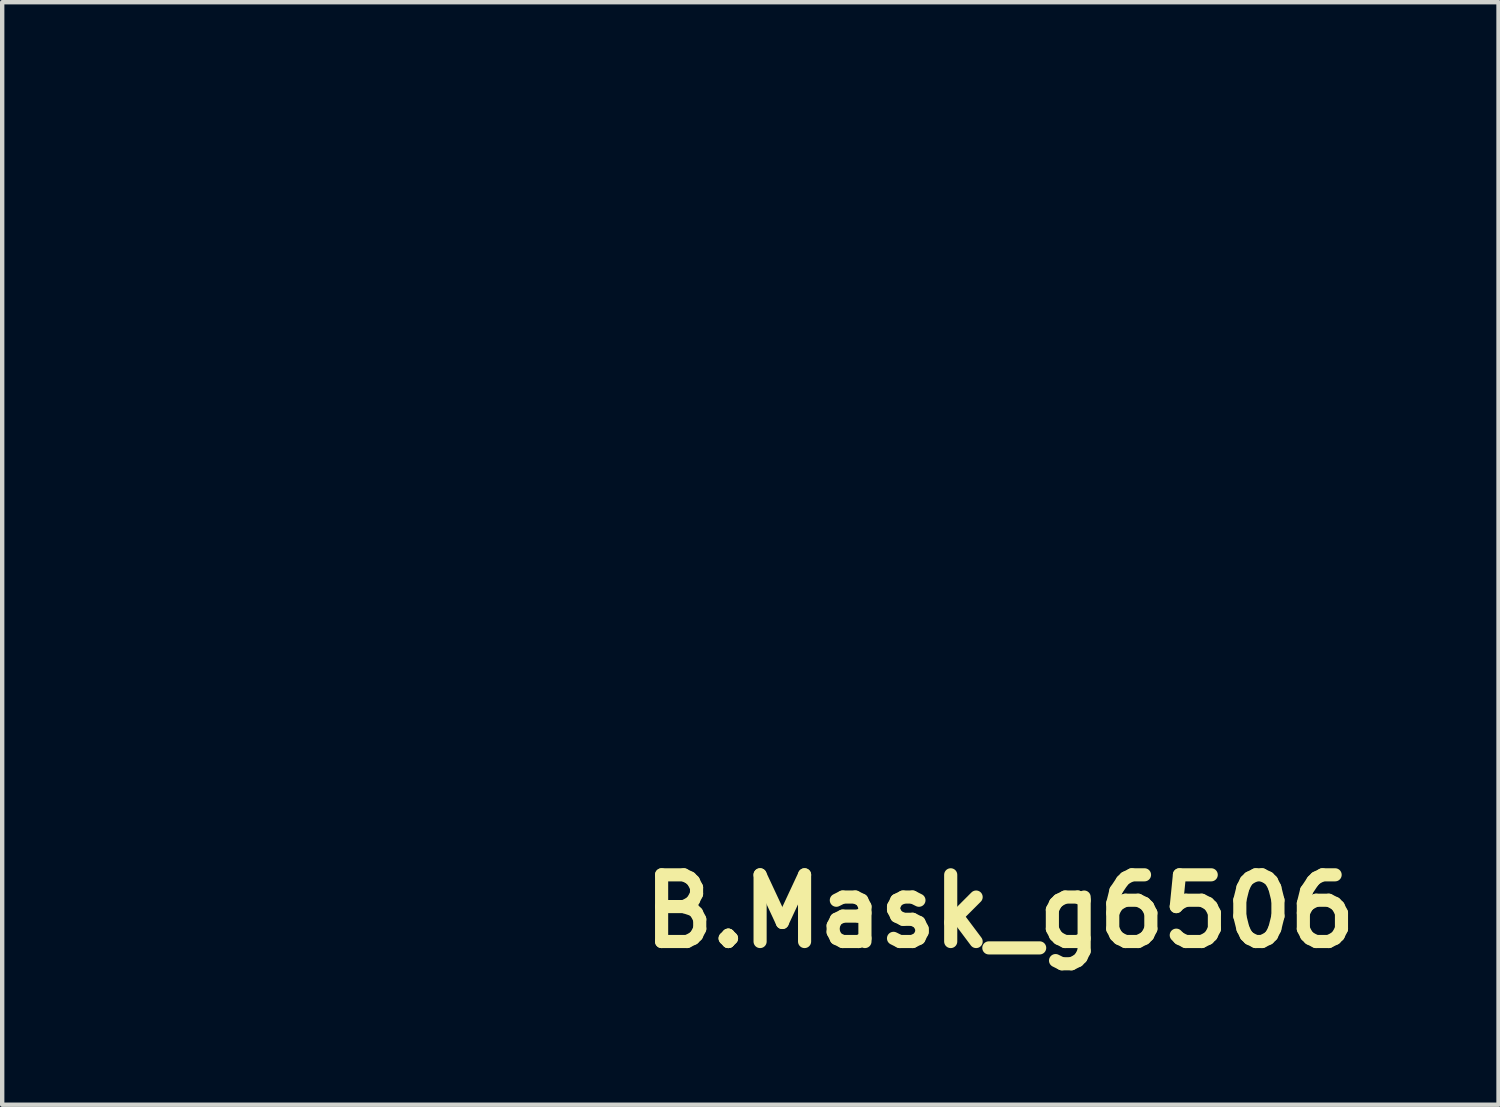
<source format=kicad_pcb>
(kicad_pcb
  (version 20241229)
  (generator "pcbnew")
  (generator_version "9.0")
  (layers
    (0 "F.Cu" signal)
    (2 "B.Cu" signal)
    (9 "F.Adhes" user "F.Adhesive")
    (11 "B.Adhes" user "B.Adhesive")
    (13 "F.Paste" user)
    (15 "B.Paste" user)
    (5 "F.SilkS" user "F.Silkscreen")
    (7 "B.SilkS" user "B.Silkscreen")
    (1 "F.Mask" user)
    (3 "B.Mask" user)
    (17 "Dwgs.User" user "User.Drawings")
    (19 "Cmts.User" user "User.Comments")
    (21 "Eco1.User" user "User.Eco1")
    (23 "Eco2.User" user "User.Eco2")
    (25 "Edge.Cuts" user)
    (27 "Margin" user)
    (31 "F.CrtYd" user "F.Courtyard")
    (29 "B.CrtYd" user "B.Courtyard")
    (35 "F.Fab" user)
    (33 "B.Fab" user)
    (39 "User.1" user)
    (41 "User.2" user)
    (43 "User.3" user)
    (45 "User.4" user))
  (footprint "B.Mask_g6506"
    (layer "F.Cu")
    (at 19.792 17.768)
    (property "Reference" "B.Mask_g6506" (at 0 0 0) (layer "F.SilkS") (effects (font (size 1.524 1.524) (thickness 0.3))))
    (attr through_hole)
    (fp_poly (pts (xy -12.852 -15.418) (xy -12.497 -15.418) (xy -12.497 -15.773) (xy -12.294 -15.773) (xy -12.294 -14.884) (xy -12.497 -14.884) (xy -12.497 -15.24) (xy -12.852 -15.24) (xy -12.852 -14.884) (xy -13.056 -14.884) (xy -13.056 -15.773) (xy -12.852 -15.773) (xy -12.852 -15.418)) (stroke (width 0.01) (type solid)) (fill yes) (layer "B.Mask"))
    (fp_poly (pts (xy -17.911 -15.403) (xy -17.92 -15.033) (xy -18.003 -14.958) (xy -18.055 -14.917) (xy -18.107 -14.895) (xy -18.176 -14.886) (xy -18.25 -14.884) (xy -18.415 -14.884) (xy -18.415 -15.06) (xy -18.269 -15.067) (xy -18.123 -15.075) (xy -18.116 -15.424) (xy -18.109 -15.773) (xy -17.903 -15.773) (xy -17.911 -15.403)) (stroke (width 0.01) (type solid)) (fill yes) (layer "B.Mask"))
    (fp_poly (pts (xy -14.396 -17.293) (xy -14.33 -17.274) (xy -14.287 -17.234) (xy -14.263 -17.165) (xy -14.252 -17.06) (xy -14.249 -16.929) (xy -14.249 -16.662) (xy -14.453 -16.662) (xy -14.453 -17.145) (xy -14.541 -17.145) (xy -14.601 -17.149) (xy -14.626 -17.171) (xy -14.63 -17.221) (xy -14.628 -17.265) (xy -14.613 -17.287) (xy -14.572 -17.296) (xy -14.493 -17.297) (xy -14.491 -17.297) (xy -14.396 -17.293)) (stroke (width 0.01) (type solid)) (fill yes) (layer "B.Mask"))
    (fp_poly (pts (xy -17.327 -15.403) (xy -17.335 -15.033) (xy -17.418 -14.958) (xy -17.471 -14.917) (xy -17.522 -14.895) (xy -17.592 -14.886) (xy -17.666 -14.884) (xy -17.831 -14.884) (xy -17.831 -15.062) (xy -17.709 -15.062) (xy -17.63 -15.068) (xy -17.572 -15.083) (xy -17.556 -15.093) (xy -17.541 -15.134) (xy -17.532 -15.223) (xy -17.527 -15.361) (xy -17.526 -15.448) (xy -17.526 -15.773) (xy -17.319 -15.773) (xy -17.327 -15.403)) (stroke (width 0.01) (type solid)) (fill yes) (layer "B.Mask"))
    (fp_poly (pts (xy -16.731 -15.103) (xy -16.693 -15.083) (xy -16.668 -15.03) (xy -16.664 -14.961) (xy -16.682 -14.903) (xy -16.689 -14.894) (xy -16.702 -14.85) (xy -16.689 -14.798) (xy -16.67 -14.74) (xy -16.662 -14.705) (xy -16.684 -14.689) (xy -16.732 -14.682) (xy -16.786 -14.684) (xy -16.821 -14.697) (xy -16.823 -14.7) (xy -16.836 -14.734) (xy -16.858 -14.799) (xy -16.875 -14.854) (xy -16.899 -14.975) (xy -16.889 -15.058) (xy -16.846 -15.104) (xy -16.795 -15.113) (xy -16.731 -15.103)) (stroke (width 0.01) (type solid)) (fill yes) (layer "B.Mask"))
    (fp_poly (pts (xy -9.731 -16.67) (xy -9.63 -16.645) (xy -9.54 -16.61) (xy -9.472 -16.57) (xy -9.438 -16.528) (xy -9.438 -16.502) (xy -9.467 -16.465) (xy -9.502 -16.438) (xy -9.54 -16.422) (xy -9.585 -16.424) (xy -9.653 -16.447) (xy -9.692 -16.462) (xy -9.83 -16.519) (xy -9.964 -16.464) (xy -10.044 -16.431) (xy -10.092 -16.415) (xy -10.124 -16.416) (xy -10.153 -16.433) (xy -10.18 -16.454) (xy -10.221 -16.502) (xy -10.224 -16.538) (xy -10.188 -16.576) (xy -10.116 -16.617) (xy -10.022 -16.652) (xy -9.928 -16.676) (xy -9.834 -16.681) (xy -9.731 -16.67)) (stroke (width 0.01) (type solid)) (fill yes) (layer "B.Mask"))
    (fp_poly (pts (xy -9.64 -16.953) (xy -9.434 -16.904) (xy -9.262 -16.828) (xy -9.186 -16.773) (xy -9.16 -16.722) (xy -9.185 -16.673) (xy -9.222 -16.645) (xy -9.264 -16.624) (xy -9.3 -16.623) (xy -9.349 -16.645) (xy -9.398 -16.675) (xy -9.547 -16.742) (xy -9.72 -16.777) (xy -9.902 -16.78) (xy -10.079 -16.751) (xy -10.235 -16.691) (xy -10.264 -16.673) (xy -10.334 -16.632) (xy -10.378 -16.617) (xy -10.414 -16.627) (xy -10.458 -16.661) (xy -10.503 -16.705) (xy -10.508 -16.74) (xy -10.472 -16.779) (xy -10.432 -16.808) (xy -10.262 -16.895) (xy -10.066 -16.948) (xy -9.855 -16.968) (xy -9.64 -16.953)) (stroke (width 0.01) (type solid)) (fill yes) (layer "B.Mask"))
    (fp_poly (pts (xy -16.688 -17.087) (xy -16.684 -16.964) (xy -16.671 -16.883) (xy -16.646 -16.837) (xy -16.603 -16.817) (xy -16.57 -16.815) (xy -16.508 -16.826) (xy -16.467 -16.864) (xy -16.444 -16.936) (xy -16.434 -17.049) (xy -16.434 -17.096) (xy -16.434 -17.297) (xy -16.256 -17.297) (xy -16.256 -17.057) (xy -16.257 -16.943) (xy -16.262 -16.867) (xy -16.273 -16.815) (xy -16.294 -16.776) (xy -16.327 -16.736) (xy -16.386 -16.682) (xy -16.453 -16.655) (xy -16.524 -16.646) (xy -16.66 -16.652) (xy -16.73 -16.677) (xy -16.804 -16.732) (xy -16.854 -16.814) (xy -16.882 -16.929) (xy -16.891 -17.086) (xy -16.891 -17.092) (xy -16.891 -17.297) (xy -16.688 -17.297) (xy -16.688 -17.087)) (stroke (width 0.01) (type solid)) (fill yes) (layer "B.Mask"))
    (fp_poly (pts (xy -17.19 -17.277) (xy -17.089 -17.217) (xy -17.021 -17.124) (xy -16.993 -17.001) (xy -16.993 -16.98) (xy -17.014 -16.853) (xy -17.076 -16.755) (xy -17.173 -16.69) (xy -17.3 -16.663) (xy -17.322 -16.662) (xy -17.387 -16.665) (xy -17.417 -16.681) (xy -17.424 -16.721) (xy -17.424 -16.739) (xy -17.418 -16.793) (xy -17.389 -16.813) (xy -17.36 -16.815) (xy -17.297 -16.833) (xy -17.233 -16.878) (xy -17.185 -16.935) (xy -17.17 -16.98) (xy -17.192 -17.035) (xy -17.243 -17.09) (xy -17.308 -17.132) (xy -17.36 -17.145) (xy -17.406 -17.153) (xy -17.423 -17.187) (xy -17.424 -17.221) (xy -17.42 -17.27) (xy -17.399 -17.292) (xy -17.346 -17.297) (xy -17.322 -17.297) (xy -17.19 -17.277)) (stroke (width 0.01) (type solid)) (fill yes) (layer "B.Mask"))
    (fp_poly (pts (xy -9.595 -17.243) (xy -9.392 -17.208) (xy -9.205 -17.145) (xy -9.068 -17.078) (xy -8.968 -17.022) (xy -8.906 -16.984) (xy -8.876 -16.956) (xy -8.872 -16.932) (xy -8.887 -16.907) (xy -8.89 -16.903) (xy -8.945 -16.852) (xy -9 -16.837) (xy -9.069 -16.86) (xy -9.123 -16.891) (xy -9.314 -16.983) (xy -9.531 -17.043) (xy -9.762 -17.07) (xy -9.995 -17.064) (xy -10.219 -17.026) (xy -10.422 -16.954) (xy -10.516 -16.904) (xy -10.578 -16.866) (xy -10.624 -16.838) (xy -10.631 -16.834) (xy -10.668 -16.835) (xy -10.724 -16.86) (xy -10.726 -16.861) (xy -10.779 -16.902) (xy -10.789 -16.941) (xy -10.753 -16.985) (xy -10.7 -17.022) (xy -10.502 -17.131) (xy -10.293 -17.203) (xy -10.061 -17.244) (xy -9.83 -17.254) (xy -9.595 -17.243)) (stroke (width 0.01) (type solid)) (fill yes) (layer "B.Mask"))
    (fp_poly (pts (xy -18.9 -15.769) (xy -18.74 -15.737) (xy -18.615 -15.67) (xy -18.527 -15.569) (xy -18.478 -15.439) (xy -18.471 -15.292) (xy -18.503 -15.144) (xy -18.575 -15.026) (xy -18.683 -14.942) (xy -18.822 -14.894) (xy -18.929 -14.885) (xy -19.05 -14.884) (xy -19.05 -14.973) (xy -19.046 -15.033) (xy -19.024 -15.057) (xy -18.969 -15.062) (xy -18.96 -15.062) (xy -18.858 -15.078) (xy -18.765 -15.119) (xy -18.702 -15.177) (xy -18.695 -15.188) (xy -18.677 -15.246) (xy -18.669 -15.323) (xy -18.669 -15.329) (xy -18.676 -15.405) (xy -18.693 -15.467) (xy -18.695 -15.47) (xy -18.752 -15.53) (xy -18.84 -15.574) (xy -18.942 -15.595) (xy -18.96 -15.596) (xy -19.02 -15.599) (xy -19.045 -15.62) (xy -19.05 -15.674) (xy -19.05 -15.688) (xy -19.05 -15.78) (xy -18.9 -15.769)) (stroke (width 0.01) (type solid)) (fill yes) (layer "B.Mask"))
    (fp_poly (pts (xy -15.115 -15.769) (xy -14.956 -15.737) (xy -14.831 -15.67) (xy -14.742 -15.569) (xy -14.694 -15.439) (xy -14.686 -15.292) (xy -14.719 -15.144) (xy -14.791 -15.026) (xy -14.898 -14.942) (xy -15.038 -14.894) (xy -15.145 -14.885) (xy -15.265 -14.884) (xy -15.265 -14.973) (xy -15.262 -15.033) (xy -15.24 -15.057) (xy -15.184 -15.062) (xy -15.175 -15.062) (xy -15.073 -15.078) (xy -14.981 -15.119) (xy -14.917 -15.177) (xy -14.911 -15.188) (xy -14.893 -15.246) (xy -14.884 -15.323) (xy -14.884 -15.329) (xy -14.892 -15.405) (xy -14.909 -15.467) (xy -14.911 -15.47) (xy -14.967 -15.53) (xy -15.056 -15.574) (xy -15.157 -15.595) (xy -15.175 -15.596) (xy -15.235 -15.599) (xy -15.26 -15.62) (xy -15.265 -15.674) (xy -15.265 -15.688) (xy -15.265 -15.78) (xy -15.115 -15.769)) (stroke (width 0.01) (type solid)) (fill yes) (layer "B.Mask"))
    (fp_poly (pts (xy -19.583 -17.087) (xy -19.58 -16.964) (xy -19.567 -16.883) (xy -19.541 -16.837) (xy -19.499 -16.817) (xy -19.466 -16.815) (xy -19.404 -16.826) (xy -19.363 -16.864) (xy -19.339 -16.936) (xy -19.33 -17.049) (xy -19.329 -17.096) (xy -19.329 -17.297) (xy -19.152 -17.297) (xy -19.152 -17.058) (xy -19.153 -16.944) (xy -19.158 -16.867) (xy -19.17 -16.815) (xy -19.191 -16.774) (xy -19.217 -16.741) (xy -19.268 -16.691) (xy -19.311 -16.664) (xy -19.319 -16.662) (xy -19.342 -16.646) (xy -19.353 -16.592) (xy -19.355 -16.535) (xy -19.355 -16.408) (xy -19.558 -16.408) (xy -19.558 -16.53) (xy -19.561 -16.605) (xy -19.576 -16.646) (xy -19.611 -16.671) (xy -19.635 -16.68) (xy -19.703 -16.726) (xy -19.751 -16.807) (xy -19.778 -16.927) (xy -19.787 -17.091) (xy -19.787 -17.093) (xy -19.787 -17.297) (xy -19.583 -17.297) (xy -19.583 -17.087)) (stroke (width 0.01) (type solid)) (fill yes) (layer "B.Mask"))
    (fp_poly (pts (xy -14.914 -17.302) (xy -14.807 -17.249) (xy -14.718 -17.157) (xy -14.706 -17.139) (xy -14.664 -17.027) (xy -14.666 -16.914) (xy -14.707 -16.809) (xy -14.78 -16.722) (xy -14.88 -16.662) (xy -15.002 -16.637) (xy -15.011 -16.637) (xy -15.097 -16.65) (xy -15.182 -16.681) (xy -15.188 -16.683) (xy -15.284 -16.762) (xy -15.344 -16.866) (xy -15.362 -16.98) (xy -15.164 -16.98) (xy -15.143 -16.899) (xy -15.089 -16.839) (xy -15.014 -16.815) (xy -15.011 -16.815) (xy -14.933 -16.837) (xy -14.899 -16.871) (xy -14.865 -16.953) (xy -14.869 -17.034) (xy -14.907 -17.101) (xy -14.972 -17.14) (xy -15.011 -17.145) (xy -15.086 -17.122) (xy -15.141 -17.063) (xy -15.164 -16.983) (xy -15.164 -16.98) (xy -15.362 -16.98) (xy -15.362 -16.985) (xy -15.337 -17.108) (xy -15.321 -17.143) (xy -15.244 -17.239) (xy -15.143 -17.298) (xy -15.03 -17.319) (xy -14.914 -17.302)) (stroke (width 0.01) (type solid)) (fill yes) (layer "B.Mask"))
    (fp_poly (pts (xy -13.369 -15.525) (xy -13.263 -15.467) (xy -13.194 -15.375) (xy -13.162 -15.251) (xy -13.164 -15.158) (xy -13.196 -15.04) (xy -13.263 -14.947) (xy -13.355 -14.888) (xy -13.464 -14.869) (xy -13.525 -14.877) (xy -13.584 -14.9) (xy -13.608 -14.916) (xy -13.635 -14.927) (xy -13.64 -14.913) (xy -13.663 -14.894) (xy -13.721 -14.885) (xy -13.741 -14.884) (xy -13.843 -14.884) (xy -13.843 -15.089) (xy -13.834 -15.215) (xy -13.64 -15.215) (xy -13.622 -15.128) (xy -13.576 -15.068) (xy -13.512 -15.041) (xy -13.441 -15.055) (xy -13.407 -15.079) (xy -13.374 -15.136) (xy -13.361 -15.213) (xy -13.369 -15.29) (xy -13.399 -15.342) (xy -13.471 -15.375) (xy -13.544 -15.366) (xy -13.604 -15.322) (xy -13.637 -15.249) (xy -13.64 -15.215) (xy -13.834 -15.215) (xy -13.83 -15.26) (xy -13.791 -15.389) (xy -13.724 -15.478) (xy -13.628 -15.529) (xy -13.507 -15.545) (xy -13.369 -15.525)) (stroke (width 0.01) (type solid)) (fill yes) (layer "B.Mask"))
    (fp_poly (pts (xy -18.364 -17.219) (xy -18.365 -17.068) (xy -18.369 -16.958) (xy -18.377 -16.881) (xy -18.389 -16.827) (xy -18.407 -16.788) (xy -18.408 -16.787) (xy -18.484 -16.704) (xy -18.589 -16.654) (xy -18.71 -16.64) (xy -18.833 -16.665) (xy -18.872 -16.681) (xy -18.953 -16.748) (xy -19.012 -16.846) (xy -19.042 -16.96) (xy -19.041 -16.98) (xy -18.847 -16.98) (xy -18.827 -16.904) (xy -18.778 -16.847) (xy -18.713 -16.817) (xy -18.645 -16.819) (xy -18.591 -16.855) (xy -18.567 -16.908) (xy -18.557 -16.98) (xy -18.557 -16.98) (xy -18.574 -17.073) (xy -18.624 -17.129) (xy -18.696 -17.145) (xy -18.769 -17.122) (xy -18.824 -17.064) (xy -18.847 -16.984) (xy -18.847 -16.98) (xy -19.041 -16.98) (xy -19.039 -17.054) (xy -18.999 -17.16) (xy -18.928 -17.244) (xy -18.837 -17.3) (xy -18.738 -17.323) (xy -18.64 -17.306) (xy -18.606 -17.287) (xy -18.542 -17.245) (xy -18.542 -17.577) (xy -18.364 -17.577) (xy -18.364 -17.219)) (stroke (width 0.01) (type solid)) (fill yes) (layer "B.Mask"))
    (fp_poly (pts (xy -13.709 -17.306) (xy -13.657 -17.288) (xy -13.587 -17.248) (xy -13.535 -17.191) (xy -13.498 -17.108) (xy -13.476 -16.995) (xy -13.465 -16.843) (xy -13.463 -16.707) (xy -13.462 -16.383) (xy -13.665 -16.383) (xy -13.665 -16.687) (xy -13.73 -16.662) (xy -13.849 -16.64) (xy -13.961 -16.66) (xy -14.056 -16.718) (xy -14.109 -16.789) (xy -14.132 -16.859) (xy -14.146 -16.952) (xy -14.147 -16.98) (xy -13.955 -16.98) (xy -13.945 -16.909) (xy -13.921 -16.855) (xy -13.921 -16.855) (xy -13.863 -16.82) (xy -13.79 -16.819) (xy -13.724 -16.85) (xy -13.705 -16.871) (xy -13.671 -16.953) (xy -13.676 -17.034) (xy -13.713 -17.1) (xy -13.777 -17.14) (xy -13.816 -17.145) (xy -13.894 -17.125) (xy -13.941 -17.066) (xy -13.955 -16.98) (xy -14.147 -16.98) (xy -14.148 -16.992) (xy -14.142 -17.079) (xy -14.119 -17.142) (xy -14.068 -17.207) (xy -14.064 -17.211) (xy -13.962 -17.288) (xy -13.841 -17.32) (xy -13.709 -17.306)) (stroke (width 0.01) (type solid)) (fill yes) (layer "B.Mask"))
    (fp_poly (pts (xy -15.567 -15.528) (xy -15.471 -15.477) (xy -15.4 -15.395) (xy -15.355 -15.29) (xy -15.347 -15.174) (xy -15.371 -15.061) (xy -15.427 -14.967) (xy -15.474 -14.925) (xy -15.554 -14.888) (xy -15.643 -14.869) (xy -15.716 -14.874) (xy -15.723 -14.876) (xy -15.773 -14.905) (xy -15.805 -14.93) (xy -15.839 -14.955) (xy -15.849 -14.943) (xy -15.85 -14.926) (xy -15.865 -14.896) (xy -15.916 -14.885) (xy -15.938 -14.884) (xy -16.027 -14.884) (xy -16.027 -15.09) (xy -16.017 -15.255) (xy -15.82 -15.255) (xy -15.819 -15.175) (xy -15.794 -15.102) (xy -15.747 -15.051) (xy -15.699 -15.037) (xy -15.648 -15.051) (xy -15.601 -15.076) (xy -15.555 -15.136) (xy -15.545 -15.198) (xy -15.562 -15.294) (xy -15.611 -15.354) (xy -15.684 -15.373) (xy -15.751 -15.358) (xy -15.79 -15.327) (xy -15.82 -15.255) (xy -16.017 -15.255) (xy -16.016 -15.26) (xy -15.982 -15.387) (xy -15.921 -15.474) (xy -15.832 -15.525) (xy -15.711 -15.544) (xy -15.692 -15.544) (xy -15.567 -15.528)) (stroke (width 0.01) (type solid)) (fill yes) (layer "B.Mask"))
    (fp_poly (pts (xy -13.97 -14.884) (xy -14.173 -14.884) (xy -14.173 -15.011) (xy -14.175 -15.087) (xy -14.186 -15.125) (xy -14.211 -15.137) (xy -14.231 -15.138) (xy -14.32 -15.117) (xy -14.38 -15.058) (xy -14.402 -14.972) (xy -14.402 -14.972) (xy -14.405 -14.916) (xy -14.424 -14.891) (xy -14.474 -14.885) (xy -14.503 -14.884) (xy -14.568 -14.887) (xy -14.597 -14.904) (xy -14.605 -14.947) (xy -14.605 -14.975) (xy -14.59 -15.073) (xy -14.552 -15.163) (xy -14.5 -15.227) (xy -14.486 -15.236) (xy -14.465 -15.254) (xy -14.465 -15.281) (xy -14.489 -15.329) (xy -14.524 -15.385) (xy -14.568 -15.456) (xy -14.597 -15.508) (xy -14.605 -15.528) (xy -14.582 -15.539) (xy -14.526 -15.544) (xy -14.506 -15.545) (xy -14.448 -15.541) (xy -14.406 -15.522) (xy -14.366 -15.478) (xy -14.326 -15.418) (xy -14.269 -15.336) (xy -14.227 -15.295) (xy -14.199 -15.298) (xy -14.183 -15.346) (xy -14.175 -15.442) (xy -14.173 -15.545) (xy -14.173 -15.799) (xy -13.97 -15.799) (xy -13.97 -14.884)) (stroke (width 0.01) (type solid)) (fill yes) (layer "B.Mask"))
    (fp_poly (pts (xy -16.242 -15.694) (xy -16.213 -15.678) (xy -16.205 -15.637) (xy -16.205 -15.621) (xy -16.197 -15.565) (xy -16.168 -15.546) (xy -16.154 -15.545) (xy -16.119 -15.535) (xy -16.105 -15.496) (xy -16.104 -15.456) (xy -16.109 -15.395) (xy -16.131 -15.37) (xy -16.154 -15.367) (xy -16.181 -15.362) (xy -16.196 -15.342) (xy -16.203 -15.294) (xy -16.205 -15.208) (xy -16.205 -15.181) (xy -16.213 -15.052) (xy -16.24 -14.965) (xy -16.291 -14.913) (xy -16.374 -14.889) (xy -16.454 -14.884) (xy -16.586 -14.884) (xy -16.586 -14.973) (xy -16.582 -15.033) (xy -16.56 -15.057) (xy -16.504 -15.062) (xy -16.497 -15.062) (xy -16.408 -15.062) (xy -16.408 -15.367) (xy -16.497 -15.367) (xy -16.557 -15.371) (xy -16.581 -15.393) (xy -16.586 -15.449) (xy -16.586 -15.456) (xy -16.582 -15.515) (xy -16.56 -15.54) (xy -16.504 -15.545) (xy -16.497 -15.545) (xy -16.438 -15.549) (xy -16.413 -15.571) (xy -16.408 -15.621) (xy -16.404 -15.67) (xy -16.383 -15.692) (xy -16.329 -15.697) (xy -16.307 -15.697) (xy -16.242 -15.694)) (stroke (width 0.01) (type solid)) (fill yes) (layer "B.Mask"))
    (fp_poly (pts (xy -17.588 -17.473) (xy -17.559 -17.456) (xy -17.552 -17.413) (xy -17.551 -17.386) (xy -17.546 -17.325) (xy -17.524 -17.3) (xy -17.501 -17.297) (xy -17.463 -17.285) (xy -17.45 -17.241) (xy -17.45 -17.221) (xy -17.458 -17.165) (xy -17.488 -17.145) (xy -17.498 -17.145) (xy -17.522 -17.139) (xy -17.538 -17.116) (xy -17.547 -17.065) (xy -17.554 -16.976) (xy -17.555 -16.94) (xy -17.565 -16.817) (xy -17.587 -16.737) (xy -17.627 -16.69) (xy -17.693 -16.668) (xy -17.794 -16.662) (xy -17.798 -16.662) (xy -17.876 -16.664) (xy -17.916 -16.673) (xy -17.93 -16.697) (xy -17.932 -16.739) (xy -17.927 -16.79) (xy -17.902 -16.811) (xy -17.843 -16.815) (xy -17.755 -16.815) (xy -17.755 -17.145) (xy -17.843 -17.145) (xy -17.903 -17.149) (xy -17.928 -17.171) (xy -17.932 -17.221) (xy -17.927 -17.272) (xy -17.902 -17.293) (xy -17.843 -17.297) (xy -17.784 -17.301) (xy -17.759 -17.324) (xy -17.755 -17.38) (xy -17.755 -17.386) (xy -17.752 -17.443) (xy -17.733 -17.469) (xy -17.683 -17.475) (xy -17.653 -17.475) (xy -17.588 -17.473)) (stroke (width 0.01) (type solid)) (fill yes) (layer "B.Mask"))
    (fp_poly (pts (xy -15.926 -17.422) (xy -15.924 -17.337) (xy -15.918 -17.293) (xy -15.903 -17.281) (xy -15.881 -17.288) (xy -15.83 -17.3) (xy -15.752 -17.308) (xy -15.714 -17.309) (xy -15.632 -17.304) (xy -15.577 -17.283) (xy -15.524 -17.235) (xy -15.518 -17.228) (xy -15.467 -17.153) (xy -15.432 -17.071) (xy -15.429 -17.056) (xy -15.428 -16.957) (xy -15.456 -16.851) (xy -15.503 -16.757) (xy -15.561 -16.696) (xy -15.652 -16.659) (xy -15.765 -16.645) (xy -15.876 -16.654) (xy -15.94 -16.675) (xy -15.999 -16.711) (xy -16.043 -16.756) (xy -16.072 -16.817) (xy -16.091 -16.902) (xy -16.097 -16.98) (xy -15.911 -16.98) (xy -15.901 -16.909) (xy -15.877 -16.855) (xy -15.877 -16.855) (xy -15.819 -16.82) (xy -15.746 -16.819) (xy -15.68 -16.85) (xy -15.661 -16.871) (xy -15.627 -16.953) (xy -15.631 -17.034) (xy -15.668 -17.1) (xy -15.732 -17.14) (xy -15.772 -17.145) (xy -15.85 -17.125) (xy -15.897 -17.066) (xy -15.911 -16.98) (xy -16.097 -16.98) (xy -16.1 -17.019) (xy -16.104 -17.178) (xy -16.104 -17.219) (xy -16.104 -17.577) (xy -15.926 -17.577) (xy -15.926 -17.422)) (stroke (width 0.01) (type solid)) (fill yes) (layer "B.Mask"))
    (fp_poly (pts (xy -12.558 -17.521) (xy -12.539 -17.505) (xy -12.519 -17.469) (xy -12.485 -17.396) (xy -12.443 -17.296) (xy -12.395 -17.178) (xy -12.346 -17.054) (xy -12.3 -16.933) (xy -12.261 -16.825) (xy -12.232 -16.741) (xy -12.218 -16.691) (xy -12.217 -16.685) (xy -12.24 -16.671) (xy -12.296 -16.663) (xy -12.317 -16.662) (xy -12.384 -16.668) (xy -12.42 -16.691) (xy -12.442 -16.739) (xy -12.458 -16.777) (xy -12.478 -16.8) (xy -12.517 -16.811) (xy -12.585 -16.814) (xy -12.662 -16.815) (xy -12.76 -16.814) (xy -12.819 -16.809) (xy -12.852 -16.795) (xy -12.87 -16.769) (xy -12.882 -16.739) (xy -12.904 -16.691) (xy -12.937 -16.669) (xy -12.999 -16.663) (xy -13.02 -16.662) (xy -13.087 -16.664) (xy -13.127 -16.667) (xy -13.131 -16.669) (xy -13.121 -16.709) (xy -13.095 -16.784) (xy -13.057 -16.886) (xy -13.011 -17.003) (xy -12.997 -17.039) (xy -12.776 -17.039) (xy -12.753 -17.026) (xy -12.696 -17.019) (xy -12.66 -17.018) (xy -12.59 -17.02) (xy -12.559 -17.03) (xy -12.557 -17.056) (xy -12.562 -17.075) (xy -12.608 -17.215) (xy -12.643 -17.308) (xy -12.667 -17.355) (xy -12.68 -17.359) (xy -12.695 -17.322) (xy -12.718 -17.255) (xy -12.742 -17.175) (xy -12.763 -17.1) (xy -12.775 -17.049) (xy -12.776 -17.039) (xy -12.997 -17.039) (xy -12.961 -17.128) (xy -12.91 -17.25) (xy -12.863 -17.36) (xy -12.824 -17.447) (xy -12.796 -17.504) (xy -12.785 -17.519) (xy -12.713 -17.547) (xy -12.63 -17.547) (xy -12.558 -17.521)) (stroke (width 0.01) (type solid)) (fill yes) (layer "B.Mask"))
    (fp_poly (pts (xy -9.663 -17.761) (xy -9.554 -17.753) (xy -9.461 -17.737) (xy -9.367 -17.712) (xy -9.31 -17.693) (xy -9.038 -17.576) (xy -8.797 -17.42) (xy -8.592 -17.228) (xy -8.423 -17.003) (xy -8.292 -16.748) (xy -8.203 -16.465) (xy -8.172 -16.303) (xy -8.161 -16.06) (xy -8.194 -15.801) (xy -8.261 -15.56) (xy -8.371 -15.313) (xy -8.522 -15.09) (xy -8.706 -14.896) (xy -8.917 -14.733) (xy -9.151 -14.605) (xy -9.402 -14.515) (xy -9.663 -14.466) (xy -9.928 -14.462) (xy -10.131 -14.492) (xy -10.419 -14.578) (xy -10.679 -14.706) (xy -10.908 -14.873) (xy -11.104 -15.076) (xy -11.263 -15.313) (xy -11.384 -15.582) (xy -11.394 -15.609) (xy -11.443 -15.813) (xy -11.467 -16.041) (xy -11.466 -16.129) (xy -11.314 -16.129) (xy -11.308 -15.947) (xy -11.285 -15.791) (xy -11.24 -15.64) (xy -11.168 -15.473) (xy -11.159 -15.454) (xy -11.018 -15.221) (xy -10.84 -15.022) (xy -10.629 -14.858) (xy -10.389 -14.733) (xy -10.135 -14.652) (xy -9.977 -14.622) (xy -9.843 -14.61) (xy -9.712 -14.616) (xy -9.559 -14.641) (xy -9.534 -14.646) (xy -9.265 -14.726) (xy -9.023 -14.847) (xy -8.811 -15.007) (xy -8.631 -15.203) (xy -8.488 -15.431) (xy -8.384 -15.688) (xy -8.344 -15.845) (xy -8.32 -15.978) (xy -8.309 -16.086) (xy -8.312 -16.189) (xy -8.329 -16.308) (xy -8.346 -16.399) (xy -8.425 -16.662) (xy -8.547 -16.903) (xy -8.708 -17.117) (xy -8.904 -17.301) (xy -9.131 -17.449) (xy -9.384 -17.557) (xy -9.461 -17.58) (xy -9.546 -17.596) (xy -9.66 -17.607) (xy -9.785 -17.613) (xy -9.83 -17.613) (xy -10.093 -17.592) (xy -10.331 -17.531) (xy -10.549 -17.428) (xy -10.755 -17.279) (xy -10.871 -17.171) (xy -11.048 -16.968) (xy -11.178 -16.757) (xy -11.263 -16.532) (xy -11.306 -16.285) (xy -11.314 -16.129) (xy -11.466 -16.129) (xy -11.464 -16.272) (xy -11.434 -16.488) (xy -11.419 -16.548) (xy -11.32 -16.814) (xy -11.178 -17.058) (xy -10.997 -17.276) (xy -10.783 -17.46) (xy -10.559 -17.597) (xy -10.393 -17.672) (xy -10.238 -17.722) (xy -10.077 -17.751) (xy -9.893 -17.763) (xy -9.804 -17.763) (xy -9.663 -17.761)) (stroke (width 0.01) (type solid)) (fill yes) (layer "B.Mask"))
    (fp_poly (pts (xy -8.962 -16.491) (xy -8.953 -16.461) (xy -8.94 -16.391) (xy -8.925 -16.293) (xy -8.909 -16.178) (xy -8.893 -16.057) (xy -8.88 -15.941) (xy -8.87 -15.841) (xy -8.865 -15.768) (xy -8.865 -15.764) (xy -8.842 -15.754) (xy -8.773 -15.764) (xy -8.68 -15.789) (xy -8.643 -15.785) (xy -8.636 -15.766) (xy -8.658 -15.738) (xy -8.714 -15.708) (xy -8.739 -15.7) (xy -8.81 -15.67) (xy -8.833 -15.643) (xy -8.809 -15.623) (xy -8.741 -15.615) (xy -8.704 -15.617) (xy -8.629 -15.619) (xy -8.594 -15.608) (xy -8.585 -15.585) (xy -8.606 -15.553) (xy -8.63 -15.549) (xy -8.724 -15.55) (xy -8.775 -15.533) (xy -8.785 -15.5) (xy -8.797 -15.431) (xy -8.844 -15.349) (xy -8.919 -15.264) (xy -9.011 -15.188) (xy -9.078 -15.146) (xy -9.206 -15.086) (xy -9.334 -15.044) (xy -9.476 -15.017) (xy -9.646 -15.002) (xy -9.766 -14.997) (xy -9.901 -14.995) (xy -10.027 -14.997) (xy -10.13 -15.002) (xy -10.196 -15.01) (xy -10.198 -15.01) (xy -10.334 -15.048) (xy -10.473 -15.1) (xy -10.597 -15.158) (xy -10.669 -15.202) (xy -10.754 -15.276) (xy -10.823 -15.356) (xy -10.867 -15.431) (xy -10.879 -15.49) (xy -10.878 -15.495) (xy -10.883 -15.532) (xy -10.89 -15.535) (xy -9.922 -15.535) (xy -9.91 -15.512) (xy -9.893 -15.494) (xy -9.849 -15.456) (xy -9.819 -15.443) (xy -9.785 -15.463) (xy -9.759 -15.494) (xy -9.744 -15.526) (xy -9.756 -15.541) (xy -9.805 -15.545) (xy -9.834 -15.545) (xy -9.899 -15.543) (xy -9.922 -15.535) (xy -10.89 -15.535) (xy -10.924 -15.55) (xy -11.008 -15.551) (xy -11.03 -15.549) (xy -11.068 -15.565) (xy -11.074 -15.587) (xy -11.065 -15.611) (xy -11.03 -15.62) (xy -10.962 -15.615) (xy -10.878 -15.614) (xy -10.836 -15.63) (xy -10.836 -15.656) (xy -10.883 -15.686) (xy -10.923 -15.701) (xy -10.986 -15.727) (xy -11.021 -15.757) (xy -11.024 -15.766) (xy -11.005 -15.791) (xy -10.979 -15.789) (xy -10.889 -15.763) (xy -10.835 -15.756) (xy -10.815 -15.77) (xy -10.388 -15.77) (xy -10.377 -15.746) (xy -10.321 -15.706) (xy -10.303 -15.695) (xy -10.233 -15.658) (xy -10.184 -15.65) (xy -10.137 -15.671) (xy -10.12 -15.683) (xy -10.089 -15.72) (xy -10.091 -15.724) (xy -9.572 -15.724) (xy -9.544 -15.687) (xy -9.539 -15.683) (xy -9.491 -15.654) (xy -9.446 -15.652) (xy -9.389 -15.678) (xy -9.347 -15.704) (xy -9.258 -15.761) (xy -9.395 -15.769) (xy -9.494 -15.767) (xy -9.554 -15.752) (xy -9.572 -15.724) (xy -10.091 -15.724) (xy -10.107 -15.749) (xy -10.175 -15.768) (xy -10.266 -15.778) (xy -10.351 -15.779) (xy -10.388 -15.77) (xy -10.815 -15.77) (xy -10.807 -15.776) (xy -10.793 -15.83) (xy -10.784 -15.927) (xy -10.784 -15.93) (xy -10.768 -16.083) (xy -10.75 -16.223) (xy -10.732 -16.344) (xy -10.713 -16.435) (xy -10.697 -16.489) (xy -10.69 -16.499) (xy -10.656 -16.5) (xy -10.596 -16.472) (xy -10.508 -16.413) (xy -10.398 -16.329) (xy -10.242 -16.205) (xy -10.134 -16.243) (xy -10.028 -16.267) (xy -9.892 -16.279) (xy -9.748 -16.278) (xy -9.616 -16.265) (xy -9.527 -16.244) (xy -9.42 -16.206) (xy -9.255 -16.332) (xy -9.146 -16.415) (xy -9.068 -16.468) (xy -9.016 -16.495) (xy -8.982 -16.501) (xy -8.962 -16.491)) (stroke (width 0.01) (type solid)) (fill yes) (layer "B.Mask")))
  (gr_rect
    (start -3 -3)
    (end 31.181 22.186)
    (stroke (width 0.1) (type default))
    (fill no)
    (layer "Edge.Cuts")))
</source>
